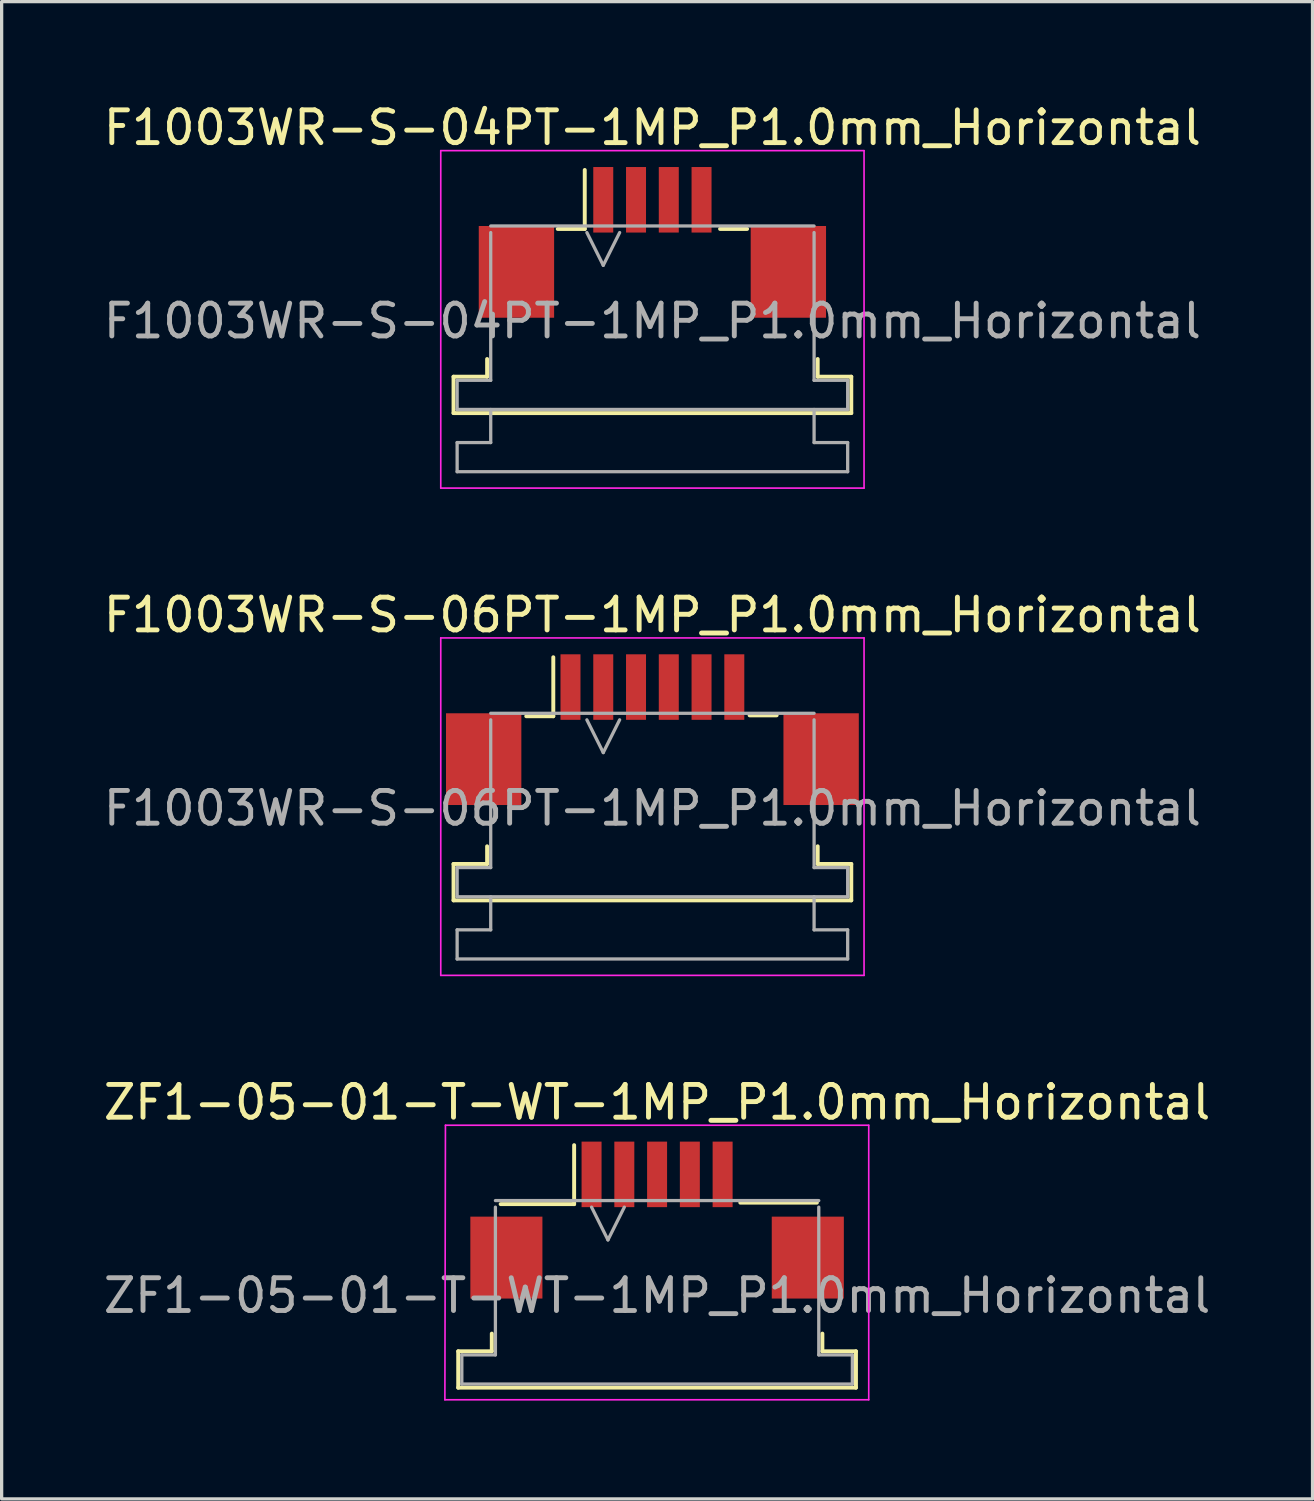
<source format=kicad_pcb>
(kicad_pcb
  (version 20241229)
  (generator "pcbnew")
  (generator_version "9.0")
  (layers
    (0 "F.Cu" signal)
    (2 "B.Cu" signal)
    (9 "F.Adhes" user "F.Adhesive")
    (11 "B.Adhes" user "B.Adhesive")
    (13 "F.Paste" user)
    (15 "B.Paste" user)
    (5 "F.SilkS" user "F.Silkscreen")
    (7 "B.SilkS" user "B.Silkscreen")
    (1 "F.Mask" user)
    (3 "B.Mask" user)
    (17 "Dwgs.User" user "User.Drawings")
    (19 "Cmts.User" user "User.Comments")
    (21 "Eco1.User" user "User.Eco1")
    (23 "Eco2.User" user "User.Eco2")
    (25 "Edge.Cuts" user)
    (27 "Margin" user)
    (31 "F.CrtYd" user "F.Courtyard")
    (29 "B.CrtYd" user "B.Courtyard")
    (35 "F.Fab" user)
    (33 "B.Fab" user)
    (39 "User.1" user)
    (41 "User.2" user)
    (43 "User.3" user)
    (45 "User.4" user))
  (footprint "ZF1-05-01-T-WT-1MP_P1.0mm_Horizontal"
    (layer "F.Cu")
    (at 17.006 34.595)
    (property "Reference" "ZF1-05-01-T-WT-1MP_P1.0mm_Horizontal" (at 0 -4 0) (layer "F.SilkS") (effects (font (size 1 1) (thickness 0.15))))
    (attr smd)
    (fp_line (start -6.07 3.6) (end -5.045 3.6) (stroke (width 0.12) (type solid)) (layer "F.SilkS"))
    (fp_line (start -6.07 4.71) (end -6.07 3.6) (stroke (width 0.12) (type solid)) (layer "F.SilkS"))
    (fp_line (start -5.045 3.6) (end -5.045 3.06) (stroke (width 0.12) (type solid)) (layer "F.SilkS"))
    (fp_line (start -4.775 -0.892) (end -2.532 -0.892) (stroke (width 0.12) (type solid)) (layer "F.SilkS"))
    (fp_line (start -2.532 -0.892) (end -2.532 -2.692) (stroke (width 0.12) (type solid)) (layer "F.SilkS"))
    (fp_line (start 2.54 -0.937) (end 4.877 -0.937) (stroke (width 0.12) (type solid)) (layer "F.SilkS"))
    (fp_line (start 5.045 3.06) (end 5.045 3.6) (stroke (width 0.12) (type solid)) (layer "F.SilkS"))
    (fp_line (start 5.045 3.6) (end 6.07 3.6) (stroke (width 0.12) (type solid)) (layer "F.SilkS"))
    (fp_line (start 6.07 3.6) (end 6.07 4.71) (stroke (width 0.12) (type solid)) (layer "F.SilkS"))
    (fp_line (start 6.07 4.71) (end -6.07 4.71) (stroke (width 0.12) (type solid)) (layer "F.SilkS"))
    (fp_line (start -6.477 5.08) (end 6.46 5.08) (stroke (width 0.05) (type solid)) (layer "F.CrtYd"))
    (fp_line (start -6.46 -3.3) (end -6.477 5.08) (stroke (width 0.05) (type solid)) (layer "F.CrtYd"))
    (fp_line (start 6.46 -3.3) (end -6.46 -3.3) (stroke (width 0.05) (type solid)) (layer "F.CrtYd"))
    (fp_line (start 6.46 5.08) (end 6.46 -3.3) (stroke (width 0.05) (type solid)) (layer "F.CrtYd"))
    (fp_line (start -5.96 3.71) (end -4.935 3.71) (stroke (width 0.1) (type solid)) (layer "F.Fab"))
    (fp_line (start -5.96 4.6) (end -5.96 3.71) (stroke (width 0.1) (type solid)) (layer "F.Fab"))
    (fp_line (start -4.935 -1) (end 4.935 -1) (stroke (width 0.1) (type solid)) (layer "F.Fab"))
    (fp_line (start -4.935 3.71) (end -4.935 -0.8) (stroke (width 0.1) (type solid)) (layer "F.Fab"))
    (fp_line (start -2 -0.8) (end -1.5 0.2) (stroke (width 0.1) (type solid)) (layer "F.Fab"))
    (fp_line (start -1.5 0.2) (end -1 -0.8) (stroke (width 0.1) (type solid)) (layer "F.Fab"))
    (fp_line (start 4.935 -0.8) (end 4.935 3.71) (stroke (width 0.1) (type solid)) (layer "F.Fab"))
    (fp_line (start 4.935 3.71) (end 5.96 3.71) (stroke (width 0.1) (type solid)) (layer "F.Fab"))
    (fp_line (start 5.96 3.71) (end 5.96 4.6) (stroke (width 0.1) (type solid)) (layer "F.Fab"))
    (fp_line (start 5.96 4.6) (end -5.96 4.6) (stroke (width 0.1) (type solid)) (layer "F.Fab"))
    (fp_text user "${REFERENCE}" (at 0 1.9 0) (layer "F.Fab") (effects (font (size 1 1) (thickness 0.15))))
    (pad "1" smd rect (at -2 -1.8) (size 0.61 2) (layers "F.Cu" "F.Mask" "F.Paste"))
    (pad "2" smd rect (at -1 -1.8) (size 0.61 2) (layers "F.Cu" "F.Mask" "F.Paste"))
    (pad "3" smd rect (at 0 -1.8) (size 0.61 2) (layers "F.Cu" "F.Mask" "F.Paste"))
    (pad "4" smd rect (at 1 -1.8) (size 0.61 2) (layers "F.Cu" "F.Mask" "F.Paste"))
    (pad "5" smd rect (at 2 -1.8) (size 0.61 2) (layers "F.Cu" "F.Mask" "F.Paste"))
    (pad "MP" smd rect (at -4.6 0.74) (size 2.2 2.5) (layers "F.Cu" "F.Mask" "F.Paste"))
    (pad "MP" smd rect (at 4.6 0.74) (size 2.2 2.5) (layers "F.Cu" "F.Mask" "F.Paste")))
  (footprint "F1003WR-S-04PT-1MP_P1.0mm_Horizontal"
    (layer "F.Cu")
    (at 16.863 4.848)
    (property "Reference" "F1003WR-S-04PT-1MP_P1.0mm_Horizontal" (at 0 -4 0) (layer "F.SilkS") (effects (font (size 1 1) (thickness 0.15))))
    (attr smd)
    (fp_line (start -6.07 3.6) (end -5.045 3.6) (stroke (width 0.12) (type solid)) (layer "F.SilkS"))
    (fp_line (start -6.07 4.71) (end -6.07 3.6) (stroke (width 0.12) (type solid)) (layer "F.SilkS"))
    (fp_line (start -5.045 3.6) (end -5.045 3.06) (stroke (width 0.12) (type solid)) (layer "F.SilkS"))
    (fp_line (start -2.89 -0.91) (end -2.065 -0.91) (stroke (width 0.12) (type solid)) (layer "F.SilkS"))
    (fp_line (start -2.065 -0.91) (end -2.065 -2.71) (stroke (width 0.12) (type solid)) (layer "F.SilkS"))
    (fp_line (start 2.065 -0.91) (end 2.89 -0.91) (stroke (width 0.12) (type solid)) (layer "F.SilkS"))
    (fp_line (start 5.045 3.06) (end 5.045 3.6) (stroke (width 0.12) (type solid)) (layer "F.SilkS"))
    (fp_line (start 5.045 3.6) (end 6.07 3.6) (stroke (width 0.12) (type solid)) (layer "F.SilkS"))
    (fp_line (start 6.07 3.6) (end 6.07 4.71) (stroke (width 0.12) (type solid)) (layer "F.SilkS"))
    (fp_line (start 6.07 4.71) (end -6.07 4.71) (stroke (width 0.12) (type solid)) (layer "F.SilkS"))
    (fp_line (start -6.46 -3.3) (end -6.46 7) (stroke (width 0.05) (type solid)) (layer "F.CrtYd"))
    (fp_line (start -6.46 7) (end 6.46 7) (stroke (width 0.05) (type solid)) (layer "F.CrtYd"))
    (fp_line (start 6.46 -3.3) (end -6.46 -3.3) (stroke (width 0.05) (type solid)) (layer "F.CrtYd"))
    (fp_line (start 6.46 7) (end 6.46 -3.3) (stroke (width 0.05) (type solid)) (layer "F.CrtYd"))
    (fp_line (start -5.96 3.71) (end -4.935 3.71) (stroke (width 0.1) (type solid)) (layer "F.Fab"))
    (fp_line (start -5.96 4.6) (end -5.96 3.71) (stroke (width 0.1) (type solid)) (layer "F.Fab"))
    (fp_line (start -5.96 5.61) (end -4.935 5.61) (stroke (width 0.1) (type solid)) (layer "F.Fab"))
    (fp_line (start -5.96 6.5) (end -5.96 5.61) (stroke (width 0.1) (type solid)) (layer "F.Fab"))
    (fp_line (start -4.935 -1) (end 4.935 -1) (stroke (width 0.1) (type solid)) (layer "F.Fab"))
    (fp_line (start -4.935 3.71) (end -4.935 -0.8) (stroke (width 0.1) (type solid)) (layer "F.Fab"))
    (fp_line (start -4.935 5.61) (end -4.935 4.6) (stroke (width 0.1) (type solid)) (layer "F.Fab"))
    (fp_line (start -2 -0.8) (end -1.5 0.2) (stroke (width 0.1) (type solid)) (layer "F.Fab"))
    (fp_line (start -1.5 0.2) (end -1 -0.8) (stroke (width 0.1) (type solid)) (layer "F.Fab"))
    (fp_line (start 4.935 -0.8) (end 4.935 3.71) (stroke (width 0.1) (type solid)) (layer "F.Fab"))
    (fp_line (start 4.935 3.71) (end 5.96 3.71) (stroke (width 0.1) (type solid)) (layer "F.Fab"))
    (fp_line (start 4.935 4.6) (end 4.935 5.61) (stroke (width 0.1) (type solid)) (layer "F.Fab"))
    (fp_line (start 4.935 5.61) (end 5.96 5.61) (stroke (width 0.1) (type solid)) (layer "F.Fab"))
    (fp_line (start 5.96 3.71) (end 5.96 4.6) (stroke (width 0.1) (type solid)) (layer "F.Fab"))
    (fp_line (start 5.96 4.6) (end -5.96 4.6) (stroke (width 0.1) (type solid)) (layer "F.Fab"))
    (fp_line (start 5.96 5.61) (end 5.96 6.5) (stroke (width 0.1) (type solid)) (layer "F.Fab"))
    (fp_line (start 5.96 6.5) (end -5.96 6.5) (stroke (width 0.1) (type solid)) (layer "F.Fab"))
    (fp_text user "${REFERENCE}" (at 0 1.9 0) (layer "F.Fab") (effects (font (size 1 1) (thickness 0.15))))
    (pad "1" smd rect (at -1.5 -1.8) (size 0.61 2) (layers "F.Cu" "F.Mask" "F.Paste"))
    (pad "2" smd rect (at -0.5 -1.8) (size 0.61 2) (layers "F.Cu" "F.Mask" "F.Paste"))
    (pad "3" smd rect (at 0.5 -1.8) (size 0.61 2) (layers "F.Cu" "F.Mask" "F.Paste"))
    (pad "4" smd rect (at 1.5 -1.8) (size 0.61 2) (layers "F.Cu" "F.Mask" "F.Paste"))
    (pad "MP" smd rect (at -4.15 0.4) (size 2.3 2.8) (layers "F.Cu" "F.Mask" "F.Paste"))
    (pad "MP" smd rect (at 4.15 0.4) (size 2.3 2.8) (layers "F.Cu" "F.Mask" "F.Paste")))
  (footprint "F1003WR-S-06PT-1MP_P1.0mm_Horizontal"
    (layer "F.Cu")
    (at 16.863 19.721)
    (property "Reference" "F1003WR-S-06PT-1MP_P1.0mm_Horizontal" (at 0 -4 0) (layer "F.SilkS") (effects (font (size 1 1) (thickness 0.15))))
    (attr smd)
    (fp_line (start -6.07 3.6) (end -5.045 3.6) (stroke (width 0.12) (type solid)) (layer "F.SilkS"))
    (fp_line (start -6.07 4.71) (end -6.07 3.6) (stroke (width 0.12) (type solid)) (layer "F.SilkS"))
    (fp_line (start -5.045 3.6) (end -5.045 3.06) (stroke (width 0.12) (type solid)) (layer "F.SilkS"))
    (fp_line (start -3.85 -0.91) (end -3.025 -0.91) (stroke (width 0.12) (type solid)) (layer "F.SilkS"))
    (fp_line (start -3.025 -0.91) (end -3.025 -2.71) (stroke (width 0.12) (type solid)) (layer "F.SilkS"))
    (fp_line (start 2.967 -0.937) (end 3.792 -0.937) (stroke (width 0.12) (type solid)) (layer "F.SilkS"))
    (fp_line (start 5.045 3.06) (end 5.045 3.6) (stroke (width 0.12) (type solid)) (layer "F.SilkS"))
    (fp_line (start 5.045 3.6) (end 6.07 3.6) (stroke (width 0.12) (type solid)) (layer "F.SilkS"))
    (fp_line (start 6.07 3.6) (end 6.07 4.71) (stroke (width 0.12) (type solid)) (layer "F.SilkS"))
    (fp_line (start 6.07 4.71) (end -6.07 4.71) (stroke (width 0.12) (type solid)) (layer "F.SilkS"))
    (fp_line (start -6.46 -3.3) (end -6.46 7) (stroke (width 0.05) (type solid)) (layer "F.CrtYd"))
    (fp_line (start -6.46 7) (end 6.46 7) (stroke (width 0.05) (type solid)) (layer "F.CrtYd"))
    (fp_line (start 6.46 -3.3) (end -6.46 -3.3) (stroke (width 0.05) (type solid)) (layer "F.CrtYd"))
    (fp_line (start 6.46 7) (end 6.46 -3.3) (stroke (width 0.05) (type solid)) (layer "F.CrtYd"))
    (fp_line (start -5.96 3.71) (end -4.935 3.71) (stroke (width 0.1) (type solid)) (layer "F.Fab"))
    (fp_line (start -5.96 4.6) (end -5.96 3.71) (stroke (width 0.1) (type solid)) (layer "F.Fab"))
    (fp_line (start -5.96 5.61) (end -4.935 5.61) (stroke (width 0.1) (type solid)) (layer "F.Fab"))
    (fp_line (start -5.96 6.5) (end -5.96 5.61) (stroke (width 0.1) (type solid)) (layer "F.Fab"))
    (fp_line (start -4.935 -1) (end 4.935 -1) (stroke (width 0.1) (type solid)) (layer "F.Fab"))
    (fp_line (start -4.935 3.71) (end -4.935 -0.8) (stroke (width 0.1) (type solid)) (layer "F.Fab"))
    (fp_line (start -4.935 5.61) (end -4.935 4.6) (stroke (width 0.1) (type solid)) (layer "F.Fab"))
    (fp_line (start -2 -0.8) (end -1.5 0.2) (stroke (width 0.1) (type solid)) (layer "F.Fab"))
    (fp_line (start -1.5 0.2) (end -1 -0.8) (stroke (width 0.1) (type solid)) (layer "F.Fab"))
    (fp_line (start 4.935 -0.8) (end 4.935 3.71) (stroke (width 0.1) (type solid)) (layer "F.Fab"))
    (fp_line (start 4.935 3.71) (end 5.96 3.71) (stroke (width 0.1) (type solid)) (layer "F.Fab"))
    (fp_line (start 4.935 4.6) (end 4.935 5.61) (stroke (width 0.1) (type solid)) (layer "F.Fab"))
    (fp_line (start 4.935 5.61) (end 5.96 5.61) (stroke (width 0.1) (type solid)) (layer "F.Fab"))
    (fp_line (start 5.96 3.71) (end 5.96 4.6) (stroke (width 0.1) (type solid)) (layer "F.Fab"))
    (fp_line (start 5.96 4.6) (end -5.96 4.6) (stroke (width 0.1) (type solid)) (layer "F.Fab"))
    (fp_line (start 5.96 5.61) (end 5.96 6.5) (stroke (width 0.1) (type solid)) (layer "F.Fab"))
    (fp_line (start 5.96 6.5) (end -5.96 6.5) (stroke (width 0.1) (type solid)) (layer "F.Fab"))
    (fp_text user "${REFERENCE}" (at 0 1.9 0) (layer "F.Fab") (effects (font (size 1 1) (thickness 0.15))))
    (pad "1" smd rect (at -2.5 -1.8) (size 0.61 2) (layers "F.Cu" "F.Mask" "F.Paste"))
    (pad "2" smd rect (at -1.5 -1.8) (size 0.61 2) (layers "F.Cu" "F.Mask" "F.Paste"))
    (pad "3" smd rect (at -0.5 -1.8) (size 0.61 2) (layers "F.Cu" "F.Mask" "F.Paste"))
    (pad "4" smd rect (at 0.5 -1.8) (size 0.61 2) (layers "F.Cu" "F.Mask" "F.Paste"))
    (pad "5" smd rect (at 1.5 -1.8) (size 0.61 2) (layers "F.Cu" "F.Mask" "F.Paste"))
    (pad "6" smd rect (at 2.5 -1.8) (size 0.61 2) (layers "F.Cu" "F.Mask" "F.Paste"))
    (pad "MP" smd rect (at -5.15 0.4) (size 2.3 2.8) (layers "F.Cu" "F.Mask" "F.Paste"))
    (pad "MP" smd rect (at 5.15 0.4) (size 2.3 2.8) (layers "F.Cu" "F.Mask" "F.Paste")))
  (gr_rect
    (start -3 -3)
    (end 37.012 42.7)
    (stroke (width 0.1) (type default))
    (fill no)
    (layer "Edge.Cuts")))
</source>
